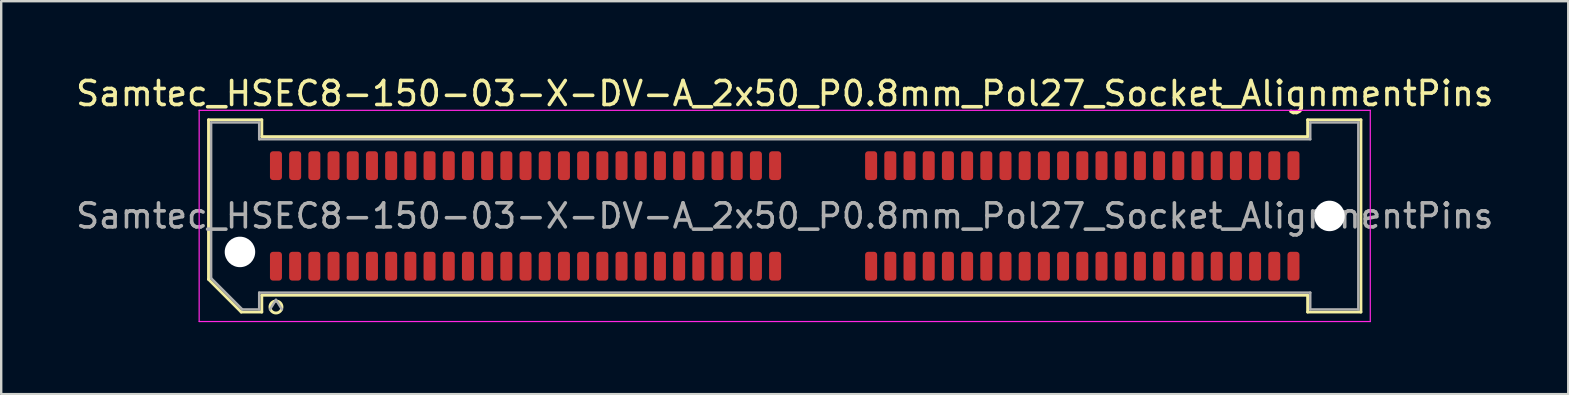
<source format=kicad_pcb>
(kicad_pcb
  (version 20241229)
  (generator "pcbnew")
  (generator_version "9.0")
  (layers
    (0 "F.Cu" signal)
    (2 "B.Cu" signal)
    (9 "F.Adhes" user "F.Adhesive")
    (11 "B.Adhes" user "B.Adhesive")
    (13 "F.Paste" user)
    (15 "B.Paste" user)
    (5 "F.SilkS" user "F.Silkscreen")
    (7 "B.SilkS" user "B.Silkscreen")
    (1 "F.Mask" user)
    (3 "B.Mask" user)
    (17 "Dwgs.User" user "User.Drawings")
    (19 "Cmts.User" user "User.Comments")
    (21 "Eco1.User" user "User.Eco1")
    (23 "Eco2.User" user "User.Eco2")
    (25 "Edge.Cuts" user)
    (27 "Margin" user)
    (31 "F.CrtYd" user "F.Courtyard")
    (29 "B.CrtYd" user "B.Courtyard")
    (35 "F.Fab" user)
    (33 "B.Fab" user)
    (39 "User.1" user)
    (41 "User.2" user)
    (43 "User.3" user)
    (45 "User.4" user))
  (footprint "Samtec_HSEC8-150-03-X-DV-A_2x50_P0.8mm_Pol27_Socket_AlignmentPins"
    (layer "F.Cu")
    (at 29.649 5.948)
    (property "Reference" "Samtec_HSEC8-150-03-X-DV-A_2x50_P0.8mm_Pol27_Socket_AlignmentPins" (at 0 -5.1 0) (layer "F.SilkS") (effects (font (size 1 1) (thickness 0.15))))
    (attr smd)
    (fp_line (start -24.01 -4.005) (end -21.79 -4.005) (stroke (width 0.12) (type solid)) (layer "F.SilkS"))
    (fp_line (start -24.01 2.641) (end -24.01 -4.005) (stroke (width 0.12) (type solid)) (layer "F.SilkS"))
    (fp_line (start -22.646 4.005) (end -24.01 2.641) (stroke (width 0.12) (type solid)) (layer "F.SilkS"))
    (fp_line (start -21.79 -4.005) (end -21.79 -3.305) (stroke (width 0.12) (type solid)) (layer "F.SilkS"))
    (fp_line (start -21.79 -3.305) (end 21.79 -3.305) (stroke (width 0.12) (type solid)) (layer "F.SilkS"))
    (fp_line (start -21.79 3.305) (end -21.79 4.005) (stroke (width 0.12) (type solid)) (layer "F.SilkS"))
    (fp_line (start -21.79 4.005) (end -22.646 4.005) (stroke (width 0.12) (type solid)) (layer "F.SilkS"))
    (fp_line (start 21.79 -4.005) (end 24.01 -4.005) (stroke (width 0.12) (type solid)) (layer "F.SilkS"))
    (fp_line (start 21.79 -3.305) (end 21.79 -4.005) (stroke (width 0.12) (type solid)) (layer "F.SilkS"))
    (fp_line (start 21.79 3.305) (end -21.79 3.305) (stroke (width 0.12) (type solid)) (layer "F.SilkS"))
    (fp_line (start 21.79 4.005) (end 21.79 3.305) (stroke (width 0.12) (type solid)) (layer "F.SilkS"))
    (fp_line (start 24.01 -4.005) (end 24.01 4.005) (stroke (width 0.12) (type solid)) (layer "F.SilkS"))
    (fp_line (start 24.01 4.005) (end 21.79 4.005) (stroke (width 0.12) (type solid)) (layer "F.SilkS"))
    (fp_arc (start -20.95 3.795) (mid -21.45 3.795) (end -20.95 3.795) (stroke (width 0.12) (type solid)) (layer "F.SilkS"))
    (fp_line (start -24.4 -4.4) (end -24.4 4.4) (stroke (width 0.05) (type solid)) (layer "F.CrtYd"))
    (fp_line (start -24.4 4.4) (end 24.4 4.4) (stroke (width 0.05) (type solid)) (layer "F.CrtYd"))
    (fp_line (start 24.4 -4.4) (end -24.4 -4.4) (stroke (width 0.05) (type solid)) (layer "F.CrtYd"))
    (fp_line (start 24.4 4.4) (end 24.4 -4.4) (stroke (width 0.05) (type solid)) (layer "F.CrtYd"))
    (fp_line (start -23.9 -3.895) (end -21.9 -3.895) (stroke (width 0.1) (type solid)) (layer "F.Fab"))
    (fp_line (start -23.9 2.595) (end -23.9 -3.895) (stroke (width 0.1) (type solid)) (layer "F.Fab"))
    (fp_line (start -22.6 3.895) (end -23.9 2.595) (stroke (width 0.1) (type solid)) (layer "F.Fab"))
    (fp_line (start -21.9 -3.895) (end -21.9 -3.195) (stroke (width 0.1) (type solid)) (layer "F.Fab"))
    (fp_line (start -21.9 -3.195) (end 21.9 -3.195) (stroke (width 0.1) (type solid)) (layer "F.Fab"))
    (fp_line (start -21.9 3.195) (end -21.9 3.895) (stroke (width 0.1) (type solid)) (layer "F.Fab"))
    (fp_line (start -21.9 3.895) (end -22.6 3.895) (stroke (width 0.1) (type solid)) (layer "F.Fab"))
    (fp_line (start -21.2 3.495) (end -21.45 3.895) (stroke (width 0.1) (type solid)) (layer "F.Fab"))
    (fp_line (start -21.2 3.495) (end -20.95 3.895) (stroke (width 0.1) (type solid)) (layer "F.Fab"))
    (fp_line (start 21.9 -3.895) (end 23.9 -3.895) (stroke (width 0.1) (type solid)) (layer "F.Fab"))
    (fp_line (start 21.9 -3.195) (end 21.9 -3.895) (stroke (width 0.1) (type solid)) (layer "F.Fab"))
    (fp_line (start 21.9 3.195) (end -21.9 3.195) (stroke (width 0.1) (type solid)) (layer "F.Fab"))
    (fp_line (start 21.9 3.895) (end 21.9 3.195) (stroke (width 0.1) (type solid)) (layer "F.Fab"))
    (fp_line (start 23.9 -3.895) (end 23.9 3.895) (stroke (width 0.1) (type solid)) (layer "F.Fab"))
    (fp_line (start 23.9 3.895) (end 21.9 3.895) (stroke (width 0.1) (type solid)) (layer "F.Fab"))
    (fp_text user "${REFERENCE}" (at 0 0 0) (layer "F.Fab") (effects (font (size 1 1) (thickness 0.15))))
    (pad "" np_thru_hole circle (at -22.7 1.5) (size 1.27 1.27) (drill 1.27) (layers "*.Cu" "*.Mask"))
    (pad "" np_thru_hole circle (at 22.7 0) (size 1.27 1.27) (drill 1.27) (layers "*.Cu" "*.Mask"))
    (pad "1" smd roundrect (at -21.2 2.095) (size 0.5 1.2) (layers "F.Cu" "F.Mask" "F.Paste") (roundrect_rratio 0.25))
    (pad "2" smd roundrect (at -21.2 -2.095) (size 0.5 1.2) (layers "F.Cu" "F.Mask" "F.Paste") (roundrect_rratio 0.25))
    (pad "3" smd roundrect (at -20.4 2.095) (size 0.5 1.2) (layers "F.Cu" "F.Mask" "F.Paste") (roundrect_rratio 0.25))
    (pad "4" smd roundrect (at -20.4 -2.095) (size 0.5 1.2) (layers "F.Cu" "F.Mask" "F.Paste") (roundrect_rratio 0.25))
    (pad "5" smd roundrect (at -19.6 2.095) (size 0.5 1.2) (layers "F.Cu" "F.Mask" "F.Paste") (roundrect_rratio 0.25))
    (pad "6" smd roundrect (at -19.6 -2.095) (size 0.5 1.2) (layers "F.Cu" "F.Mask" "F.Paste") (roundrect_rratio 0.25))
    (pad "7" smd roundrect (at -18.8 2.095) (size 0.5 1.2) (layers "F.Cu" "F.Mask" "F.Paste") (roundrect_rratio 0.25))
    (pad "8" smd roundrect (at -18.8 -2.095) (size 0.5 1.2) (layers "F.Cu" "F.Mask" "F.Paste") (roundrect_rratio 0.25))
    (pad "9" smd roundrect (at -18 2.095) (size 0.5 1.2) (layers "F.Cu" "F.Mask" "F.Paste") (roundrect_rratio 0.25))
    (pad "10" smd roundrect (at -18 -2.095) (size 0.5 1.2) (layers "F.Cu" "F.Mask" "F.Paste") (roundrect_rratio 0.25))
    (pad "11" smd roundrect (at -17.2 2.095) (size 0.5 1.2) (layers "F.Cu" "F.Mask" "F.Paste") (roundrect_rratio 0.25))
    (pad "12" smd roundrect (at -17.2 -2.095) (size 0.5 1.2) (layers "F.Cu" "F.Mask" "F.Paste") (roundrect_rratio 0.25))
    (pad "13" smd roundrect (at -16.4 2.095) (size 0.5 1.2) (layers "F.Cu" "F.Mask" "F.Paste") (roundrect_rratio 0.25))
    (pad "14" smd roundrect (at -16.4 -2.095) (size 0.5 1.2) (layers "F.Cu" "F.Mask" "F.Paste") (roundrect_rratio 0.25))
    (pad "15" smd roundrect (at -15.6 2.095) (size 0.5 1.2) (layers "F.Cu" "F.Mask" "F.Paste") (roundrect_rratio 0.25))
    (pad "16" smd roundrect (at -15.6 -2.095) (size 0.5 1.2) (layers "F.Cu" "F.Mask" "F.Paste") (roundrect_rratio 0.25))
    (pad "17" smd roundrect (at -14.8 2.095) (size 0.5 1.2) (layers "F.Cu" "F.Mask" "F.Paste") (roundrect_rratio 0.25))
    (pad "18" smd roundrect (at -14.8 -2.095) (size 0.5 1.2) (layers "F.Cu" "F.Mask" "F.Paste") (roundrect_rratio 0.25))
    (pad "19" smd roundrect (at -14 2.095) (size 0.5 1.2) (layers "F.Cu" "F.Mask" "F.Paste") (roundrect_rratio 0.25))
    (pad "20" smd roundrect (at -14 -2.095) (size 0.5 1.2) (layers "F.Cu" "F.Mask" "F.Paste") (roundrect_rratio 0.25))
    (pad "21" smd roundrect (at -13.2 2.095) (size 0.5 1.2) (layers "F.Cu" "F.Mask" "F.Paste") (roundrect_rratio 0.25))
    (pad "22" smd roundrect (at -13.2 -2.095) (size 0.5 1.2) (layers "F.Cu" "F.Mask" "F.Paste") (roundrect_rratio 0.25))
    (pad "23" smd roundrect (at -12.4 2.095) (size 0.5 1.2) (layers "F.Cu" "F.Mask" "F.Paste") (roundrect_rratio 0.25))
    (pad "24" smd roundrect (at -12.4 -2.095) (size 0.5 1.2) (layers "F.Cu" "F.Mask" "F.Paste") (roundrect_rratio 0.25))
    (pad "25" smd roundrect (at -11.6 2.095) (size 0.5 1.2) (layers "F.Cu" "F.Mask" "F.Paste") (roundrect_rratio 0.25))
    (pad "26" smd roundrect (at -11.6 -2.095) (size 0.5 1.2) (layers "F.Cu" "F.Mask" "F.Paste") (roundrect_rratio 0.25))
    (pad "27" smd roundrect (at -10.8 2.095) (size 0.5 1.2) (layers "F.Cu" "F.Mask" "F.Paste") (roundrect_rratio 0.25))
    (pad "28" smd roundrect (at -10.8 -2.095) (size 0.5 1.2) (layers "F.Cu" "F.Mask" "F.Paste") (roundrect_rratio 0.25))
    (pad "29" smd roundrect (at -10 2.095) (size 0.5 1.2) (layers "F.Cu" "F.Mask" "F.Paste") (roundrect_rratio 0.25))
    (pad "30" smd roundrect (at -10 -2.095) (size 0.5 1.2) (layers "F.Cu" "F.Mask" "F.Paste") (roundrect_rratio 0.25))
    (pad "31" smd roundrect (at -9.2 2.095) (size 0.5 1.2) (layers "F.Cu" "F.Mask" "F.Paste") (roundrect_rratio 0.25))
    (pad "32" smd roundrect (at -9.2 -2.095) (size 0.5 1.2) (layers "F.Cu" "F.Mask" "F.Paste") (roundrect_rratio 0.25))
    (pad "33" smd roundrect (at -8.4 2.095) (size 0.5 1.2) (layers "F.Cu" "F.Mask" "F.Paste") (roundrect_rratio 0.25))
    (pad "34" smd roundrect (at -8.4 -2.095) (size 0.5 1.2) (layers "F.Cu" "F.Mask" "F.Paste") (roundrect_rratio 0.25))
    (pad "35" smd roundrect (at -7.6 2.095) (size 0.5 1.2) (layers "F.Cu" "F.Mask" "F.Paste") (roundrect_rratio 0.25))
    (pad "36" smd roundrect (at -7.6 -2.095) (size 0.5 1.2) (layers "F.Cu" "F.Mask" "F.Paste") (roundrect_rratio 0.25))
    (pad "37" smd roundrect (at -6.8 2.095) (size 0.5 1.2) (layers "F.Cu" "F.Mask" "F.Paste") (roundrect_rratio 0.25))
    (pad "38" smd roundrect (at -6.8 -2.095) (size 0.5 1.2) (layers "F.Cu" "F.Mask" "F.Paste") (roundrect_rratio 0.25))
    (pad "39" smd roundrect (at -6 2.095) (size 0.5 1.2) (layers "F.Cu" "F.Mask" "F.Paste") (roundrect_rratio 0.25))
    (pad "40" smd roundrect (at -6 -2.095) (size 0.5 1.2) (layers "F.Cu" "F.Mask" "F.Paste") (roundrect_rratio 0.25))
    (pad "41" smd roundrect (at -5.2 2.095) (size 0.5 1.2) (layers "F.Cu" "F.Mask" "F.Paste") (roundrect_rratio 0.25))
    (pad "42" smd roundrect (at -5.2 -2.095) (size 0.5 1.2) (layers "F.Cu" "F.Mask" "F.Paste") (roundrect_rratio 0.25))
    (pad "43" smd roundrect (at -4.4 2.095) (size 0.5 1.2) (layers "F.Cu" "F.Mask" "F.Paste") (roundrect_rratio 0.25))
    (pad "44" smd roundrect (at -4.4 -2.095) (size 0.5 1.2) (layers "F.Cu" "F.Mask" "F.Paste") (roundrect_rratio 0.25))
    (pad "45" smd roundrect (at -3.6 2.095) (size 0.5 1.2) (layers "F.Cu" "F.Mask" "F.Paste") (roundrect_rratio 0.25))
    (pad "46" smd roundrect (at -3.6 -2.095) (size 0.5 1.2) (layers "F.Cu" "F.Mask" "F.Paste") (roundrect_rratio 0.25))
    (pad "47" smd roundrect (at -2.8 2.095) (size 0.5 1.2) (layers "F.Cu" "F.Mask" "F.Paste") (roundrect_rratio 0.25))
    (pad "48" smd roundrect (at -2.8 -2.095) (size 0.5 1.2) (layers "F.Cu" "F.Mask" "F.Paste") (roundrect_rratio 0.25))
    (pad "49" smd roundrect (at -2 2.095) (size 0.5 1.2) (layers "F.Cu" "F.Mask" "F.Paste") (roundrect_rratio 0.25))
    (pad "50" smd roundrect (at -2 -2.095) (size 0.5 1.2) (layers "F.Cu" "F.Mask" "F.Paste") (roundrect_rratio 0.25))
    (pad "51" smd roundrect (at -1.2 2.095) (size 0.5 1.2) (layers "F.Cu" "F.Mask" "F.Paste") (roundrect_rratio 0.25))
    (pad "52" smd roundrect (at -1.2 -2.095) (size 0.5 1.2) (layers "F.Cu" "F.Mask" "F.Paste") (roundrect_rratio 0.25))
    (pad "53" smd roundrect (at -0.4 2.095) (size 0.5 1.2) (layers "F.Cu" "F.Mask" "F.Paste") (roundrect_rratio 0.25))
    (pad "54" smd roundrect (at -0.4 -2.095) (size 0.5 1.2) (layers "F.Cu" "F.Mask" "F.Paste") (roundrect_rratio 0.25))
    (pad "55" smd roundrect (at 3.6 2.095) (size 0.5 1.2) (layers "F.Cu" "F.Mask" "F.Paste") (roundrect_rratio 0.25))
    (pad "56" smd roundrect (at 3.6 -2.095) (size 0.5 1.2) (layers "F.Cu" "F.Mask" "F.Paste") (roundrect_rratio 0.25))
    (pad "57" smd roundrect (at 4.4 2.095) (size 0.5 1.2) (layers "F.Cu" "F.Mask" "F.Paste") (roundrect_rratio 0.25))
    (pad "58" smd roundrect (at 4.4 -2.095) (size 0.5 1.2) (layers "F.Cu" "F.Mask" "F.Paste") (roundrect_rratio 0.25))
    (pad "59" smd roundrect (at 5.2 2.095) (size 0.5 1.2) (layers "F.Cu" "F.Mask" "F.Paste") (roundrect_rratio 0.25))
    (pad "60" smd roundrect (at 5.2 -2.095) (size 0.5 1.2) (layers "F.Cu" "F.Mask" "F.Paste") (roundrect_rratio 0.25))
    (pad "61" smd roundrect (at 6 2.095) (size 0.5 1.2) (layers "F.Cu" "F.Mask" "F.Paste") (roundrect_rratio 0.25))
    (pad "62" smd roundrect (at 6 -2.095) (size 0.5 1.2) (layers "F.Cu" "F.Mask" "F.Paste") (roundrect_rratio 0.25))
    (pad "63" smd roundrect (at 6.8 2.095) (size 0.5 1.2) (layers "F.Cu" "F.Mask" "F.Paste") (roundrect_rratio 0.25))
    (pad "64" smd roundrect (at 6.8 -2.095) (size 0.5 1.2) (layers "F.Cu" "F.Mask" "F.Paste") (roundrect_rratio 0.25))
    (pad "65" smd roundrect (at 7.6 2.095) (size 0.5 1.2) (layers "F.Cu" "F.Mask" "F.Paste") (roundrect_rratio 0.25))
    (pad "66" smd roundrect (at 7.6 -2.095) (size 0.5 1.2) (layers "F.Cu" "F.Mask" "F.Paste") (roundrect_rratio 0.25))
    (pad "67" smd roundrect (at 8.4 2.095) (size 0.5 1.2) (layers "F.Cu" "F.Mask" "F.Paste") (roundrect_rratio 0.25))
    (pad "68" smd roundrect (at 8.4 -2.095) (size 0.5 1.2) (layers "F.Cu" "F.Mask" "F.Paste") (roundrect_rratio 0.25))
    (pad "69" smd roundrect (at 9.2 2.095) (size 0.5 1.2) (layers "F.Cu" "F.Mask" "F.Paste") (roundrect_rratio 0.25))
    (pad "70" smd roundrect (at 9.2 -2.095) (size 0.5 1.2) (layers "F.Cu" "F.Mask" "F.Paste") (roundrect_rratio 0.25))
    (pad "71" smd roundrect (at 10 2.095) (size 0.5 1.2) (layers "F.Cu" "F.Mask" "F.Paste") (roundrect_rratio 0.25))
    (pad "72" smd roundrect (at 10 -2.095) (size 0.5 1.2) (layers "F.Cu" "F.Mask" "F.Paste") (roundrect_rratio 0.25))
    (pad "73" smd roundrect (at 10.8 2.095) (size 0.5 1.2) (layers "F.Cu" "F.Mask" "F.Paste") (roundrect_rratio 0.25))
    (pad "74" smd roundrect (at 10.8 -2.095) (size 0.5 1.2) (layers "F.Cu" "F.Mask" "F.Paste") (roundrect_rratio 0.25))
    (pad "75" smd roundrect (at 11.6 2.095) (size 0.5 1.2) (layers "F.Cu" "F.Mask" "F.Paste") (roundrect_rratio 0.25))
    (pad "76" smd roundrect (at 11.6 -2.095) (size 0.5 1.2) (layers "F.Cu" "F.Mask" "F.Paste") (roundrect_rratio 0.25))
    (pad "77" smd roundrect (at 12.4 2.095) (size 0.5 1.2) (layers "F.Cu" "F.Mask" "F.Paste") (roundrect_rratio 0.25))
    (pad "78" smd roundrect (at 12.4 -2.095) (size 0.5 1.2) (layers "F.Cu" "F.Mask" "F.Paste") (roundrect_rratio 0.25))
    (pad "79" smd roundrect (at 13.2 2.095) (size 0.5 1.2) (layers "F.Cu" "F.Mask" "F.Paste") (roundrect_rratio 0.25))
    (pad "80" smd roundrect (at 13.2 -2.095) (size 0.5 1.2) (layers "F.Cu" "F.Mask" "F.Paste") (roundrect_rratio 0.25))
    (pad "81" smd roundrect (at 14 2.095) (size 0.5 1.2) (layers "F.Cu" "F.Mask" "F.Paste") (roundrect_rratio 0.25))
    (pad "82" smd roundrect (at 14 -2.095) (size 0.5 1.2) (layers "F.Cu" "F.Mask" "F.Paste") (roundrect_rratio 0.25))
    (pad "83" smd roundrect (at 14.8 2.095) (size 0.5 1.2) (layers "F.Cu" "F.Mask" "F.Paste") (roundrect_rratio 0.25))
    (pad "84" smd roundrect (at 14.8 -2.095) (size 0.5 1.2) (layers "F.Cu" "F.Mask" "F.Paste") (roundrect_rratio 0.25))
    (pad "85" smd roundrect (at 15.6 2.095) (size 0.5 1.2) (layers "F.Cu" "F.Mask" "F.Paste") (roundrect_rratio 0.25))
    (pad "86" smd roundrect (at 15.6 -2.095) (size 0.5 1.2) (layers "F.Cu" "F.Mask" "F.Paste") (roundrect_rratio 0.25))
    (pad "87" smd roundrect (at 16.4 2.095) (size 0.5 1.2) (layers "F.Cu" "F.Mask" "F.Paste") (roundrect_rratio 0.25))
    (pad "88" smd roundrect (at 16.4 -2.095) (size 0.5 1.2) (layers "F.Cu" "F.Mask" "F.Paste") (roundrect_rratio 0.25))
    (pad "89" smd roundrect (at 17.2 2.095) (size 0.5 1.2) (layers "F.Cu" "F.Mask" "F.Paste") (roundrect_rratio 0.25))
    (pad "90" smd roundrect (at 17.2 -2.095) (size 0.5 1.2) (layers "F.Cu" "F.Mask" "F.Paste") (roundrect_rratio 0.25))
    (pad "91" smd roundrect (at 18 2.095) (size 0.5 1.2) (layers "F.Cu" "F.Mask" "F.Paste") (roundrect_rratio 0.25))
    (pad "92" smd roundrect (at 18 -2.095) (size 0.5 1.2) (layers "F.Cu" "F.Mask" "F.Paste") (roundrect_rratio 0.25))
    (pad "93" smd roundrect (at 18.8 2.095) (size 0.5 1.2) (layers "F.Cu" "F.Mask" "F.Paste") (roundrect_rratio 0.25))
    (pad "94" smd roundrect (at 18.8 -2.095) (size 0.5 1.2) (layers "F.Cu" "F.Mask" "F.Paste") (roundrect_rratio 0.25))
    (pad "95" smd roundrect (at 19.6 2.095) (size 0.5 1.2) (layers "F.Cu" "F.Mask" "F.Paste") (roundrect_rratio 0.25))
    (pad "96" smd roundrect (at 19.6 -2.095) (size 0.5 1.2) (layers "F.Cu" "F.Mask" "F.Paste") (roundrect_rratio 0.25))
    (pad "97" smd roundrect (at 20.4 2.095) (size 0.5 1.2) (layers "F.Cu" "F.Mask" "F.Paste") (roundrect_rratio 0.25))
    (pad "98" smd roundrect (at 20.4 -2.095) (size 0.5 1.2) (layers "F.Cu" "F.Mask" "F.Paste") (roundrect_rratio 0.25))
    (pad "99" smd roundrect (at 21.2 2.095) (size 0.5 1.2) (layers "F.Cu" "F.Mask" "F.Paste") (roundrect_rratio 0.25))
    (pad "100" smd roundrect (at 21.2 -2.095) (size 0.5 1.2) (layers "F.Cu" "F.Mask" "F.Paste") (roundrect_rratio 0.25)))
  (gr_rect
    (start -3 -3)
    (end 62.298 13.373)
    (stroke (width 0.1) (type default))
    (fill no)
    (layer "Edge.Cuts")))
</source>
